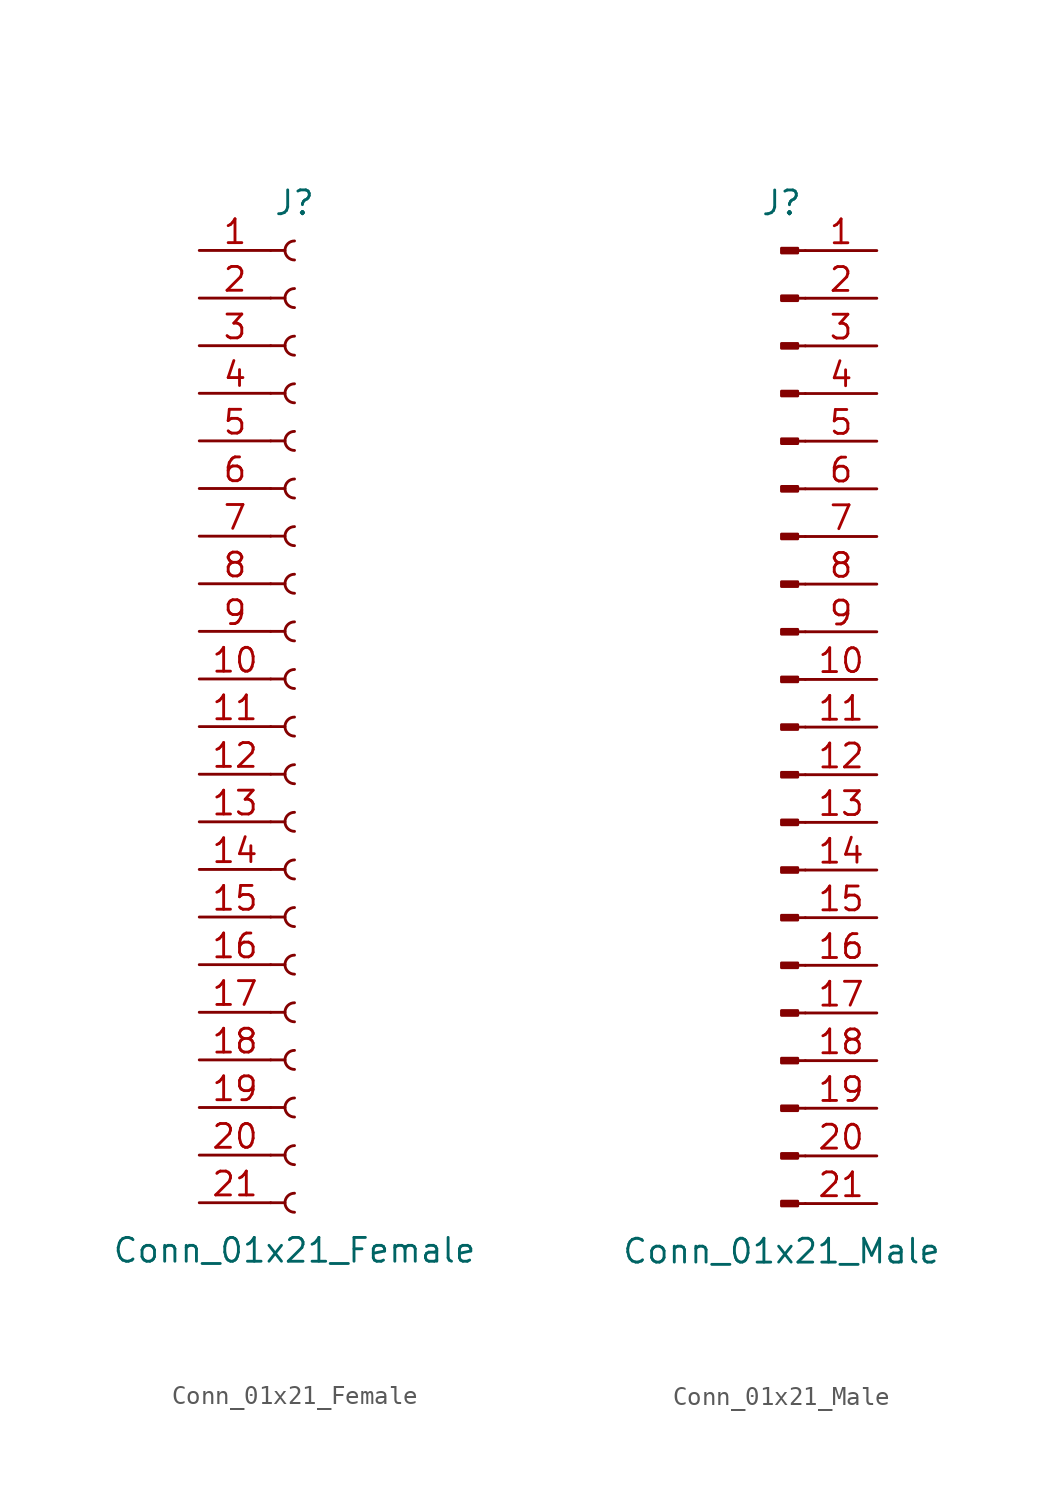
<source format=kicad_sym>
(kicad_symbol_lib
  (version 20211014)
  (generator kicad_symbol_editor)
  (symbol "Conn_01x21_Female"
    (pin_names
      (offset 1.016) hide)
    (property "Reference" "J"
      (at 0 27.94 0)
      (effects (font (size 1.27 1.27))))
    (property "Value" "Conn_01x21_Female"
      (at 0 -27.94 0)
      (effects (font (size 1.27 1.27))))
    (symbol "Conn_01x21_Female_1_1"
      (arc (start 0 -24.892) (mid -0.508 -25.4) (end 0 -25.908) (stroke (width 0.1524) (type default) (color 0 0 0 0)) (fill (type none)))
      (arc (start 0 -22.352) (mid -0.508 -22.86) (end 0 -23.368) (stroke (width 0.1524) (type default) (color 0 0 0 0)) (fill (type none)))
      (arc (start 0 -19.812) (mid -0.508 -20.32) (end 0 -20.828) (stroke (width 0.1524) (type default) (color 0 0 0 0)) (fill (type none)))
      (arc (start 0 -17.272) (mid -0.508 -17.78) (end 0 -18.288) (stroke (width 0.1524) (type default) (color 0 0 0 0)) (fill (type none)))
      (arc (start 0 -14.732) (mid -0.508 -15.24) (end 0 -15.748) (stroke (width 0.1524) (type default) (color 0 0 0 0)) (fill (type none)))
      (arc (start 0 -12.192) (mid -0.508 -12.7) (end 0 -13.208) (stroke (width 0.1524) (type default) (color 0 0 0 0)) (fill (type none)))
      (arc (start 0 -9.652) (mid -0.508 -10.16) (end 0 -10.668) (stroke (width 0.1524) (type default) (color 0 0 0 0)) (fill (type none)))
      (arc (start 0 -7.112) (mid -0.508 -7.62) (end 0 -8.128) (stroke (width 0.1524) (type default) (color 0 0 0 0)) (fill (type none)))
      (arc (start 0 -4.572) (mid -0.508 -5.08) (end 0 -5.588) (stroke (width 0.1524) (type default) (color 0 0 0 0)) (fill (type none)))
      (arc (start 0 -2.032) (mid -0.508 -2.54) (end 0 -3.048) (stroke (width 0.1524) (type default) (color 0 0 0 0)) (fill (type none)))
      (polyline (pts (xy -1.27 -25.4) (xy -0.508 -25.4)) (stroke (width 0.152) (type default) (color 0 0 0 0)) (fill (type none)))
      (polyline (pts (xy -1.27 -22.86) (xy -0.508 -22.86)) (stroke (width 0.152) (type default) (color 0 0 0 0)) (fill (type none)))
      (polyline (pts (xy -1.27 -20.32) (xy -0.508 -20.32)) (stroke (width 0.152) (type default) (color 0 0 0 0)) (fill (type none)))
      (polyline (pts (xy -1.27 -17.78) (xy -0.508 -17.78)) (stroke (width 0.152) (type default) (color 0 0 0 0)) (fill (type none)))
      (polyline (pts (xy -1.27 -15.24) (xy -0.508 -15.24)) (stroke (width 0.152) (type default) (color 0 0 0 0)) (fill (type none)))
      (polyline (pts (xy -1.27 -12.7) (xy -0.508 -12.7)) (stroke (width 0.152) (type default) (color 0 0 0 0)) (fill (type none)))
      (polyline (pts (xy -1.27 -10.16) (xy -0.508 -10.16)) (stroke (width 0.152) (type default) (color 0 0 0 0)) (fill (type none)))
      (polyline (pts (xy -1.27 -7.62) (xy -0.508 -7.62)) (stroke (width 0.152) (type default) (color 0 0 0 0)) (fill (type none)))
      (polyline (pts (xy -1.27 -5.08) (xy -0.508 -5.08)) (stroke (width 0.152) (type default) (color 0 0 0 0)) (fill (type none)))
      (polyline (pts (xy -1.27 -2.54) (xy -0.508 -2.54)) (stroke (width 0.152) (type default) (color 0 0 0 0)) (fill (type none)))
      (polyline (pts (xy -1.27 0) (xy -0.508 0)) (stroke (width 0.152) (type default) (color 0 0 0 0)) (fill (type none)))
      (polyline (pts (xy -1.27 2.54) (xy -0.508 2.54)) (stroke (width 0.152) (type default) (color 0 0 0 0)) (fill (type none)))
      (polyline (pts (xy -1.27 5.08) (xy -0.508 5.08)) (stroke (width 0.152) (type default) (color 0 0 0 0)) (fill (type none)))
      (polyline (pts (xy -1.27 7.62) (xy -0.508 7.62)) (stroke (width 0.152) (type default) (color 0 0 0 0)) (fill (type none)))
      (polyline (pts (xy -1.27 10.16) (xy -0.508 10.16)) (stroke (width 0.152) (type default) (color 0 0 0 0)) (fill (type none)))
      (polyline (pts (xy -1.27 12.7) (xy -0.508 12.7)) (stroke (width 0.152) (type default) (color 0 0 0 0)) (fill (type none)))
      (polyline (pts (xy -1.27 15.24) (xy -0.508 15.24)) (stroke (width 0.152) (type default) (color 0 0 0 0)) (fill (type none)))
      (polyline (pts (xy -1.27 17.78) (xy -0.508 17.78)) (stroke (width 0.152) (type default) (color 0 0 0 0)) (fill (type none)))
      (polyline (pts (xy -1.27 20.32) (xy -0.508 20.32)) (stroke (width 0.152) (type default) (color 0 0 0 0)) (fill (type none)))
      (polyline (pts (xy -1.27 22.86) (xy -0.508 22.86)) (stroke (width 0.152) (type default) (color 0 0 0 0)) (fill (type none)))
      (polyline (pts (xy -1.27 25.4) (xy -0.508 25.4)) (stroke (width 0.152) (type default) (color 0 0 0 0)) (fill (type none)))
      (arc (start 0 0.508) (mid -0.508 0) (end 0 -0.508) (stroke (width 0.1524) (type default) (color 0 0 0 0)) (fill (type none)))
      (arc (start 0 3.048) (mid -0.508 2.54) (end 0 2.032) (stroke (width 0.1524) (type default) (color 0 0 0 0)) (fill (type none)))
      (arc (start 0 5.588) (mid -0.508 5.08) (end 0 4.572) (stroke (width 0.1524) (type default) (color 0 0 0 0)) (fill (type none)))
      (arc (start 0 8.128) (mid -0.508 7.62) (end 0 7.112) (stroke (width 0.1524) (type default) (color 0 0 0 0)) (fill (type none)))
      (arc (start 0 10.668) (mid -0.508 10.16) (end 0 9.652) (stroke (width 0.1524) (type default) (color 0 0 0 0)) (fill (type none)))
      (arc (start 0 13.208) (mid -0.508 12.7) (end 0 12.192) (stroke (width 0.1524) (type default) (color 0 0 0 0)) (fill (type none)))
      (arc (start 0 15.748) (mid -0.508 15.24) (end 0 14.732) (stroke (width 0.1524) (type default) (color 0 0 0 0)) (fill (type none)))
      (arc (start 0 18.288) (mid -0.508 17.78) (end 0 17.272) (stroke (width 0.1524) (type default) (color 0 0 0 0)) (fill (type none)))
      (arc (start 0 20.828) (mid -0.508 20.32) (end 0 19.812) (stroke (width 0.1524) (type default) (color 0 0 0 0)) (fill (type none)))
      (arc (start 0 23.368) (mid -0.508 22.86) (end 0 22.352) (stroke (width 0.1524) (type default) (color 0 0 0 0)) (fill (type none)))
      (arc (start 0 25.908) (mid -0.508 25.4) (end 0 24.892) (stroke (width 0.1524) (type default) (color 0 0 0 0)) (fill (type none)))
      (pin passive line (at -5.08 25.4 0) (length 3.81) (name "Pin_1" (effects (font (size 1.27 1.27)))) (number "1" (effects (font (size 1.27 1.27)))))
      (pin passive line (at -5.08 2.54 0) (length 3.81) (name "Pin_10" (effects (font (size 1.27 1.27)))) (number "10" (effects (font (size 1.27 1.27)))))
      (pin passive line (at -5.08 0 0) (length 3.81) (name "Pin_11" (effects (font (size 1.27 1.27)))) (number "11" (effects (font (size 1.27 1.27)))))
      (pin passive line (at -5.08 -2.54 0) (length 3.81) (name "Pin_12" (effects (font (size 1.27 1.27)))) (number "12" (effects (font (size 1.27 1.27)))))
      (pin passive line (at -5.08 -5.08 0) (length 3.81) (name "Pin_13" (effects (font (size 1.27 1.27)))) (number "13" (effects (font (size 1.27 1.27)))))
      (pin passive line (at -5.08 -7.62 0) (length 3.81) (name "Pin_14" (effects (font (size 1.27 1.27)))) (number "14" (effects (font (size 1.27 1.27)))))
      (pin passive line (at -5.08 -10.16 0) (length 3.81) (name "Pin_15" (effects (font (size 1.27 1.27)))) (number "15" (effects (font (size 1.27 1.27)))))
      (pin passive line (at -5.08 -12.7 0) (length 3.81) (name "Pin_16" (effects (font (size 1.27 1.27)))) (number "16" (effects (font (size 1.27 1.27)))))
      (pin passive line (at -5.08 -15.24 0) (length 3.81) (name "Pin_17" (effects (font (size 1.27 1.27)))) (number "17" (effects (font (size 1.27 1.27)))))
      (pin passive line (at -5.08 -17.78 0) (length 3.81) (name "Pin_18" (effects (font (size 1.27 1.27)))) (number "18" (effects (font (size 1.27 1.27)))))
      (pin passive line (at -5.08 -20.32 0) (length 3.81) (name "Pin_19" (effects (font (size 1.27 1.27)))) (number "19" (effects (font (size 1.27 1.27)))))
      (pin passive line (at -5.08 22.86 0) (length 3.81) (name "Pin_2" (effects (font (size 1.27 1.27)))) (number "2" (effects (font (size 1.27 1.27)))))
      (pin passive line (at -5.08 -22.86 0) (length 3.81) (name "Pin_20" (effects (font (size 1.27 1.27)))) (number "20" (effects (font (size 1.27 1.27)))))
      (pin passive line (at -5.08 -25.4 0) (length 3.81) (name "Pin_21" (effects (font (size 1.27 1.27)))) (number "21" (effects (font (size 1.27 1.27)))))
      (pin passive line (at -5.08 20.32 0) (length 3.81) (name "Pin_3" (effects (font (size 1.27 1.27)))) (number "3" (effects (font (size 1.27 1.27)))))
      (pin passive line (at -5.08 17.78 0) (length 3.81) (name "Pin_4" (effects (font (size 1.27 1.27)))) (number "4" (effects (font (size 1.27 1.27)))))
      (pin passive line (at -5.08 15.24 0) (length 3.81) (name "Pin_5" (effects (font (size 1.27 1.27)))) (number "5" (effects (font (size 1.27 1.27)))))
      (pin passive line (at -5.08 12.7 0) (length 3.81) (name "Pin_6" (effects (font (size 1.27 1.27)))) (number "6" (effects (font (size 1.27 1.27)))))
      (pin passive line (at -5.08 10.16 0) (length 3.81) (name "Pin_7" (effects (font (size 1.27 1.27)))) (number "7" (effects (font (size 1.27 1.27)))))
      (pin passive line (at -5.08 7.62 0) (length 3.81) (name "Pin_8" (effects (font (size 1.27 1.27)))) (number "8" (effects (font (size 1.27 1.27)))))
      (pin passive line (at -5.08 5.08 0) (length 3.81) (name "Pin_9" (effects (font (size 1.27 1.27)))) (number "9" (effects (font (size 1.27 1.27)))))))
  (symbol "Conn_01x21_Male"
    (pin_names
      (offset 1.016) hide)
    (property "Reference" "J"
      (at 0 27.94 0)
      (effects (font (size 1.27 1.27))))
    (property "Value" "Conn_01x21_Male"
      (at 0 -27.94 0)
      (effects (font (size 1.27 1.27))))
    (symbol "Conn_01x21_Male_1_1"
      (polyline (pts (xy 1.27 -25.4) (xy 0.864 -25.4)) (stroke (width 0.152) (type default) (color 0 0 0 0)) (fill (type none)))
      (polyline (pts (xy 1.27 -22.86) (xy 0.864 -22.86)) (stroke (width 0.152) (type default) (color 0 0 0 0)) (fill (type none)))
      (polyline (pts (xy 1.27 -20.32) (xy 0.864 -20.32)) (stroke (width 0.152) (type default) (color 0 0 0 0)) (fill (type none)))
      (polyline (pts (xy 1.27 -17.78) (xy 0.864 -17.78)) (stroke (width 0.152) (type default) (color 0 0 0 0)) (fill (type none)))
      (polyline (pts (xy 1.27 -15.24) (xy 0.864 -15.24)) (stroke (width 0.152) (type default) (color 0 0 0 0)) (fill (type none)))
      (polyline (pts (xy 1.27 -12.7) (xy 0.864 -12.7)) (stroke (width 0.152) (type default) (color 0 0 0 0)) (fill (type none)))
      (polyline (pts (xy 1.27 -10.16) (xy 0.864 -10.16)) (stroke (width 0.152) (type default) (color 0 0 0 0)) (fill (type none)))
      (polyline (pts (xy 1.27 -7.62) (xy 0.864 -7.62)) (stroke (width 0.152) (type default) (color 0 0 0 0)) (fill (type none)))
      (polyline (pts (xy 1.27 -5.08) (xy 0.864 -5.08)) (stroke (width 0.152) (type default) (color 0 0 0 0)) (fill (type none)))
      (polyline (pts (xy 1.27 -2.54) (xy 0.864 -2.54)) (stroke (width 0.152) (type default) (color 0 0 0 0)) (fill (type none)))
      (polyline (pts (xy 1.27 0) (xy 0.864 0)) (stroke (width 0.152) (type default) (color 0 0 0 0)) (fill (type none)))
      (polyline (pts (xy 1.27 2.54) (xy 0.864 2.54)) (stroke (width 0.152) (type default) (color 0 0 0 0)) (fill (type none)))
      (polyline (pts (xy 1.27 5.08) (xy 0.864 5.08)) (stroke (width 0.152) (type default) (color 0 0 0 0)) (fill (type none)))
      (polyline (pts (xy 1.27 7.62) (xy 0.864 7.62)) (stroke (width 0.152) (type default) (color 0 0 0 0)) (fill (type none)))
      (polyline (pts (xy 1.27 10.16) (xy 0.864 10.16)) (stroke (width 0.152) (type default) (color 0 0 0 0)) (fill (type none)))
      (polyline (pts (xy 1.27 12.7) (xy 0.864 12.7)) (stroke (width 0.152) (type default) (color 0 0 0 0)) (fill (type none)))
      (polyline (pts (xy 1.27 15.24) (xy 0.864 15.24)) (stroke (width 0.152) (type default) (color 0 0 0 0)) (fill (type none)))
      (polyline (pts (xy 1.27 17.78) (xy 0.864 17.78)) (stroke (width 0.152) (type default) (color 0 0 0 0)) (fill (type none)))
      (polyline (pts (xy 1.27 20.32) (xy 0.864 20.32)) (stroke (width 0.152) (type default) (color 0 0 0 0)) (fill (type none)))
      (polyline (pts (xy 1.27 22.86) (xy 0.864 22.86)) (stroke (width 0.152) (type default) (color 0 0 0 0)) (fill (type none)))
      (polyline (pts (xy 1.27 25.4) (xy 0.864 25.4)) (stroke (width 0.152) (type default) (color 0 0 0 0)) (fill (type none)))
      (rectangle (start 0.864 -25.273) (end 0 -25.527) (stroke (width 0.152) (type default) (color 0 0 0 0)) (fill (type outline)))
      (rectangle (start 0.864 -22.733) (end 0 -22.987) (stroke (width 0.152) (type default) (color 0 0 0 0)) (fill (type outline)))
      (rectangle (start 0.864 -20.193) (end 0 -20.447) (stroke (width 0.152) (type default) (color 0 0 0 0)) (fill (type outline)))
      (rectangle (start 0.864 -17.653) (end 0 -17.907) (stroke (width 0.152) (type default) (color 0 0 0 0)) (fill (type outline)))
      (rectangle (start 0.864 -15.113) (end 0 -15.367) (stroke (width 0.152) (type default) (color 0 0 0 0)) (fill (type outline)))
      (rectangle (start 0.864 -12.573) (end 0 -12.827) (stroke (width 0.152) (type default) (color 0 0 0 0)) (fill (type outline)))
      (rectangle (start 0.864 -10.033) (end 0 -10.287) (stroke (width 0.152) (type default) (color 0 0 0 0)) (fill (type outline)))
      (rectangle (start 0.864 -7.493) (end 0 -7.747) (stroke (width 0.152) (type default) (color 0 0 0 0)) (fill (type outline)))
      (rectangle (start 0.864 -4.953) (end 0 -5.207) (stroke (width 0.152) (type default) (color 0 0 0 0)) (fill (type outline)))
      (rectangle (start 0.864 -2.413) (end 0 -2.667) (stroke (width 0.152) (type default) (color 0 0 0 0)) (fill (type outline)))
      (rectangle (start 0.864 0.127) (end 0 -0.127) (stroke (width 0.152) (type default) (color 0 0 0 0)) (fill (type outline)))
      (rectangle (start 0.864 2.667) (end 0 2.413) (stroke (width 0.152) (type default) (color 0 0 0 0)) (fill (type outline)))
      (rectangle (start 0.864 5.207) (end 0 4.953) (stroke (width 0.152) (type default) (color 0 0 0 0)) (fill (type outline)))
      (rectangle (start 0.864 7.747) (end 0 7.493) (stroke (width 0.152) (type default) (color 0 0 0 0)) (fill (type outline)))
      (rectangle (start 0.864 10.287) (end 0 10.033) (stroke (width 0.152) (type default) (color 0 0 0 0)) (fill (type outline)))
      (rectangle (start 0.864 12.827) (end 0 12.573) (stroke (width 0.152) (type default) (color 0 0 0 0)) (fill (type outline)))
      (rectangle (start 0.864 15.367) (end 0 15.113) (stroke (width 0.152) (type default) (color 0 0 0 0)) (fill (type outline)))
      (rectangle (start 0.864 17.907) (end 0 17.653) (stroke (width 0.152) (type default) (color 0 0 0 0)) (fill (type outline)))
      (rectangle (start 0.864 20.447) (end 0 20.193) (stroke (width 0.152) (type default) (color 0 0 0 0)) (fill (type outline)))
      (rectangle (start 0.864 22.987) (end 0 22.733) (stroke (width 0.152) (type default) (color 0 0 0 0)) (fill (type outline)))
      (rectangle (start 0.864 25.527) (end 0 25.273) (stroke (width 0.152) (type default) (color 0 0 0 0)) (fill (type outline)))
      (pin passive line (at 5.08 25.4 180) (length 3.81) (name "Pin_1" (effects (font (size 1.27 1.27)))) (number "1" (effects (font (size 1.27 1.27)))))
      (pin passive line (at 5.08 2.54 180) (length 3.81) (name "Pin_10" (effects (font (size 1.27 1.27)))) (number "10" (effects (font (size 1.27 1.27)))))
      (pin passive line (at 5.08 0 180) (length 3.81) (name "Pin_11" (effects (font (size 1.27 1.27)))) (number "11" (effects (font (size 1.27 1.27)))))
      (pin passive line (at 5.08 -2.54 180) (length 3.81) (name "Pin_12" (effects (font (size 1.27 1.27)))) (number "12" (effects (font (size 1.27 1.27)))))
      (pin passive line (at 5.08 -5.08 180) (length 3.81) (name "Pin_13" (effects (font (size 1.27 1.27)))) (number "13" (effects (font (size 1.27 1.27)))))
      (pin passive line (at 5.08 -7.62 180) (length 3.81) (name "Pin_14" (effects (font (size 1.27 1.27)))) (number "14" (effects (font (size 1.27 1.27)))))
      (pin passive line (at 5.08 -10.16 180) (length 3.81) (name "Pin_15" (effects (font (size 1.27 1.27)))) (number "15" (effects (font (size 1.27 1.27)))))
      (pin passive line (at 5.08 -12.7 180) (length 3.81) (name "Pin_16" (effects (font (size 1.27 1.27)))) (number "16" (effects (font (size 1.27 1.27)))))
      (pin passive line (at 5.08 -15.24 180) (length 3.81) (name "Pin_17" (effects (font (size 1.27 1.27)))) (number "17" (effects (font (size 1.27 1.27)))))
      (pin passive line (at 5.08 -17.78 180) (length 3.81) (name "Pin_18" (effects (font (size 1.27 1.27)))) (number "18" (effects (font (size 1.27 1.27)))))
      (pin passive line (at 5.08 -20.32 180) (length 3.81) (name "Pin_19" (effects (font (size 1.27 1.27)))) (number "19" (effects (font (size 1.27 1.27)))))
      (pin passive line (at 5.08 22.86 180) (length 3.81) (name "Pin_2" (effects (font (size 1.27 1.27)))) (number "2" (effects (font (size 1.27 1.27)))))
      (pin passive line (at 5.08 -22.86 180) (length 3.81) (name "Pin_20" (effects (font (size 1.27 1.27)))) (number "20" (effects (font (size 1.27 1.27)))))
      (pin passive line (at 5.08 -25.4 180) (length 3.81) (name "Pin_21" (effects (font (size 1.27 1.27)))) (number "21" (effects (font (size 1.27 1.27)))))
      (pin passive line (at 5.08 20.32 180) (length 3.81) (name "Pin_3" (effects (font (size 1.27 1.27)))) (number "3" (effects (font (size 1.27 1.27)))))
      (pin passive line (at 5.08 17.78 180) (length 3.81) (name "Pin_4" (effects (font (size 1.27 1.27)))) (number "4" (effects (font (size 1.27 1.27)))))
      (pin passive line (at 5.08 15.24 180) (length 3.81) (name "Pin_5" (effects (font (size 1.27 1.27)))) (number "5" (effects (font (size 1.27 1.27)))))
      (pin passive line (at 5.08 12.7 180) (length 3.81) (name "Pin_6" (effects (font (size 1.27 1.27)))) (number "6" (effects (font (size 1.27 1.27)))))
      (pin passive line (at 5.08 10.16 180) (length 3.81) (name "Pin_7" (effects (font (size 1.27 1.27)))) (number "7" (effects (font (size 1.27 1.27)))))
      (pin passive line (at 5.08 7.62 180) (length 3.81) (name "Pin_8" (effects (font (size 1.27 1.27)))) (number "8" (effects (font (size 1.27 1.27)))))
      (pin passive line (at 5.08 5.08 180) (length 3.81) (name "Pin_9" (effects (font (size 1.27 1.27)))) (number "9" (effects (font (size 1.27 1.27))))))))
</source>
